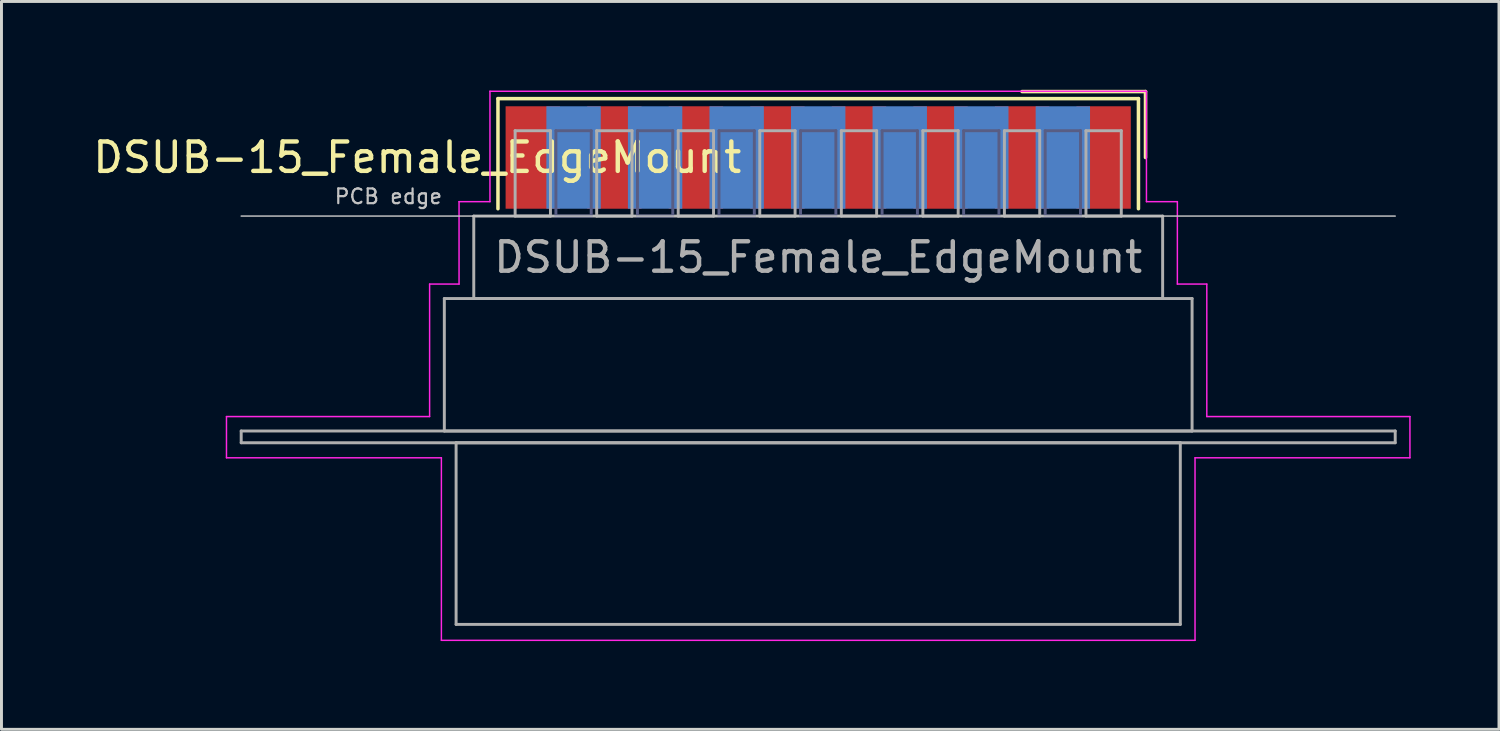
<source format=kicad_pcb>
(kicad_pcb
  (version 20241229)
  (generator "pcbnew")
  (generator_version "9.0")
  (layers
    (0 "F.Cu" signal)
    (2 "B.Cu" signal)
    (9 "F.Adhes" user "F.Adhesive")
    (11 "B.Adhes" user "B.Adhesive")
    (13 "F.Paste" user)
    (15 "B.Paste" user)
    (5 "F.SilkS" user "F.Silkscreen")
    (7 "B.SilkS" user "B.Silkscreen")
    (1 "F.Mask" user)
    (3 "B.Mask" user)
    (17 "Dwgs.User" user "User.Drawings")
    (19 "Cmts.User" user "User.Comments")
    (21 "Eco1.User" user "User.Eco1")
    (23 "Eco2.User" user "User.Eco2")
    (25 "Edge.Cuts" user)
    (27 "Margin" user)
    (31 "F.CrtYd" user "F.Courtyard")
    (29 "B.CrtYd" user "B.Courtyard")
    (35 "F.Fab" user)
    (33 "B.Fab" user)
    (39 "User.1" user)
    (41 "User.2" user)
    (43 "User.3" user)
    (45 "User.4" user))
  (footprint "DSUB-15_Female_EdgeMount"
    (layer "F.Cu")
    (at 24.743 2.3)
    (property "Reference" "DSUB-15_Female_EdgeMount" (at -13.618 0 0) (layer "F.SilkS") (effects (font (size 1 1) (thickness 0.15))))
    (attr smd)
    (fp_line (start -10.878 -2) (end -10.878 1.74) (stroke (width 0.12) (type solid)) (layer "F.SilkS"))
    (fp_line (start 10.878 -2) (end -10.878 -2) (stroke (width 0.12) (type solid)) (layer "F.SilkS"))
    (fp_line (start 10.878 1.74) (end 10.878 -2) (stroke (width 0.12) (type solid)) (layer "F.SilkS"))
    (fp_line (start 11.118 -2.24) (end 6.925 -2.24) (stroke (width 0.12) (type solid)) (layer "F.SilkS"))
    (fp_line (start 11.118 0) (end 11.118 -2.24) (stroke (width 0.12) (type solid)) (layer "F.SilkS"))
    (fp_line (start -19.6 1.99) (end 19.6 1.99) (stroke (width 0.05) (type solid)) (layer "Dwgs.User"))
    (fp_line (start -20.1 8.8) (end -13.2 8.8) (stroke (width 0.05) (type solid)) (layer "F.CrtYd"))
    (fp_line (start -20.1 10.2) (end -20.1 8.8) (stroke (width 0.05) (type solid)) (layer "F.CrtYd"))
    (fp_line (start -13.2 4.3) (end -12.2 4.3) (stroke (width 0.05) (type solid)) (layer "F.CrtYd"))
    (fp_line (start -13.2 8.8) (end -13.2 4.3) (stroke (width 0.05) (type solid)) (layer "F.CrtYd"))
    (fp_line (start -12.8 10.2) (end -20.1 10.2) (stroke (width 0.05) (type solid)) (layer "F.CrtYd"))
    (fp_line (start -12.8 16.4) (end -12.8 10.2) (stroke (width 0.05) (type solid)) (layer "F.CrtYd"))
    (fp_line (start -12.2 1.5) (end -11.15 1.5) (stroke (width 0.05) (type solid)) (layer "F.CrtYd"))
    (fp_line (start -12.2 4.3) (end -12.2 1.5) (stroke (width 0.05) (type solid)) (layer "F.CrtYd"))
    (fp_line (start -11.15 -2.25) (end 11.15 -2.25) (stroke (width 0.05) (type solid)) (layer "F.CrtYd"))
    (fp_line (start -11.15 1.5) (end -11.15 -2.25) (stroke (width 0.05) (type solid)) (layer "F.CrtYd"))
    (fp_line (start 11.15 -2.25) (end 11.15 1.5) (stroke (width 0.05) (type solid)) (layer "F.CrtYd"))
    (fp_line (start 11.15 1.5) (end 12.2 1.5) (stroke (width 0.05) (type solid)) (layer "F.CrtYd"))
    (fp_line (start 12.2 1.5) (end 12.2 4.3) (stroke (width 0.05) (type solid)) (layer "F.CrtYd"))
    (fp_line (start 12.2 4.3) (end 13.2 4.3) (stroke (width 0.05) (type solid)) (layer "F.CrtYd"))
    (fp_line (start 12.8 10.2) (end 12.8 16.4) (stroke (width 0.05) (type solid)) (layer "F.CrtYd"))
    (fp_line (start 12.8 16.4) (end -12.8 16.4) (stroke (width 0.05) (type solid)) (layer "F.CrtYd"))
    (fp_line (start 13.2 4.3) (end 13.2 8.8) (stroke (width 0.05) (type solid)) (layer "F.CrtYd"))
    (fp_line (start 13.2 8.8) (end 20.1 8.8) (stroke (width 0.05) (type solid)) (layer "F.CrtYd"))
    (fp_line (start 20.1 8.8) (end 20.1 10.2) (stroke (width 0.05) (type solid)) (layer "F.CrtYd"))
    (fp_line (start 20.1 10.2) (end 12.8 10.2) (stroke (width 0.05) (type solid)) (layer "F.CrtYd"))
    (fp_line (start -8.91 -0.91) (end -8.91 1.99) (stroke (width 0.1) (type solid)) (layer "B.Fab"))
    (fp_line (start -8.91 1.99) (end -7.71 1.99) (stroke (width 0.1) (type solid)) (layer "B.Fab"))
    (fp_line (start -7.71 -0.91) (end -8.91 -0.91) (stroke (width 0.1) (type solid)) (layer "B.Fab"))
    (fp_line (start -7.71 1.99) (end -7.71 -0.91) (stroke (width 0.1) (type solid)) (layer "B.Fab"))
    (fp_line (start -6.14 -0.91) (end -6.14 1.99) (stroke (width 0.1) (type solid)) (layer "B.Fab"))
    (fp_line (start -6.14 1.99) (end -4.94 1.99) (stroke (width 0.1) (type solid)) (layer "B.Fab"))
    (fp_line (start -4.94 -0.91) (end -6.14 -0.91) (stroke (width 0.1) (type solid)) (layer "B.Fab"))
    (fp_line (start -4.94 1.99) (end -4.94 -0.91) (stroke (width 0.1) (type solid)) (layer "B.Fab"))
    (fp_line (start -3.37 -0.91) (end -3.37 1.99) (stroke (width 0.1) (type solid)) (layer "B.Fab"))
    (fp_line (start -3.37 1.99) (end -2.17 1.99) (stroke (width 0.1) (type solid)) (layer "B.Fab"))
    (fp_line (start -2.17 -0.91) (end -3.37 -0.91) (stroke (width 0.1) (type solid)) (layer "B.Fab"))
    (fp_line (start -2.17 1.99) (end -2.17 -0.91) (stroke (width 0.1) (type solid)) (layer "B.Fab"))
    (fp_line (start -0.6 -0.91) (end -0.6 1.99) (stroke (width 0.1) (type solid)) (layer "B.Fab"))
    (fp_line (start -0.6 1.99) (end 0.6 1.99) (stroke (width 0.1) (type solid)) (layer "B.Fab"))
    (fp_line (start 0.6 -0.91) (end -0.6 -0.91) (stroke (width 0.1) (type solid)) (layer "B.Fab"))
    (fp_line (start 0.6 1.99) (end 0.6 -0.91) (stroke (width 0.1) (type solid)) (layer "B.Fab"))
    (fp_line (start 2.17 -0.91) (end 2.17 1.99) (stroke (width 0.1) (type solid)) (layer "B.Fab"))
    (fp_line (start 2.17 1.99) (end 3.37 1.99) (stroke (width 0.1) (type solid)) (layer "B.Fab"))
    (fp_line (start 3.37 -0.91) (end 2.17 -0.91) (stroke (width 0.1) (type solid)) (layer "B.Fab"))
    (fp_line (start 3.37 1.99) (end 3.37 -0.91) (stroke (width 0.1) (type solid)) (layer "B.Fab"))
    (fp_line (start 4.94 -0.91) (end 4.94 1.99) (stroke (width 0.1) (type solid)) (layer "B.Fab"))
    (fp_line (start 4.94 1.99) (end 6.14 1.99) (stroke (width 0.1) (type solid)) (layer "B.Fab"))
    (fp_line (start 6.14 -0.91) (end 4.94 -0.91) (stroke (width 0.1) (type solid)) (layer "B.Fab"))
    (fp_line (start 6.14 1.99) (end 6.14 -0.91) (stroke (width 0.1) (type solid)) (layer "B.Fab"))
    (fp_line (start 7.71 -0.91) (end 7.71 1.99) (stroke (width 0.1) (type solid)) (layer "B.Fab"))
    (fp_line (start 7.71 1.99) (end 8.91 1.99) (stroke (width 0.1) (type solid)) (layer "B.Fab"))
    (fp_line (start 8.91 -0.91) (end 7.71 -0.91) (stroke (width 0.1) (type solid)) (layer "B.Fab"))
    (fp_line (start 8.91 1.99) (end 8.91 -0.91) (stroke (width 0.1) (type solid)) (layer "B.Fab"))
    (fp_line (start -19.6 9.29) (end -19.6 9.69) (stroke (width 0.1) (type solid)) (layer "F.Fab"))
    (fp_line (start -19.6 9.69) (end 19.6 9.69) (stroke (width 0.1) (type solid)) (layer "F.Fab"))
    (fp_line (start -12.7 4.79) (end -12.7 9.29) (stroke (width 0.1) (type solid)) (layer "F.Fab"))
    (fp_line (start -12.7 9.29) (end 12.7 9.29) (stroke (width 0.1) (type solid)) (layer "F.Fab"))
    (fp_line (start -12.3 9.69) (end -12.3 15.86) (stroke (width 0.1) (type solid)) (layer "F.Fab"))
    (fp_line (start -12.3 15.86) (end 12.3 15.86) (stroke (width 0.1) (type solid)) (layer "F.Fab"))
    (fp_line (start -11.7 1.99) (end -11.7 4.79) (stroke (width 0.1) (type solid)) (layer "F.Fab"))
    (fp_line (start -11.7 4.79) (end 11.7 4.79) (stroke (width 0.1) (type solid)) (layer "F.Fab"))
    (fp_line (start -10.295 -0.91) (end -10.295 1.99) (stroke (width 0.1) (type solid)) (layer "F.Fab"))
    (fp_line (start -10.295 1.99) (end -9.095 1.99) (stroke (width 0.1) (type solid)) (layer "F.Fab"))
    (fp_line (start -9.095 -0.91) (end -10.295 -0.91) (stroke (width 0.1) (type solid)) (layer "F.Fab"))
    (fp_line (start -9.095 1.99) (end -9.095 -0.91) (stroke (width 0.1) (type solid)) (layer "F.Fab"))
    (fp_line (start -7.525 -0.91) (end -7.525 1.99) (stroke (width 0.1) (type solid)) (layer "F.Fab"))
    (fp_line (start -7.525 1.99) (end -6.325 1.99) (stroke (width 0.1) (type solid)) (layer "F.Fab"))
    (fp_line (start -6.325 -0.91) (end -7.525 -0.91) (stroke (width 0.1) (type solid)) (layer "F.Fab"))
    (fp_line (start -6.325 1.99) (end -6.325 -0.91) (stroke (width 0.1) (type solid)) (layer "F.Fab"))
    (fp_line (start -4.755 -0.91) (end -4.755 1.99) (stroke (width 0.1) (type solid)) (layer "F.Fab"))
    (fp_line (start -4.755 1.99) (end -3.555 1.99) (stroke (width 0.1) (type solid)) (layer "F.Fab"))
    (fp_line (start -3.555 -0.91) (end -4.755 -0.91) (stroke (width 0.1) (type solid)) (layer "F.Fab"))
    (fp_line (start -3.555 1.99) (end -3.555 -0.91) (stroke (width 0.1) (type solid)) (layer "F.Fab"))
    (fp_line (start -1.985 -0.91) (end -1.985 1.99) (stroke (width 0.1) (type solid)) (layer "F.Fab"))
    (fp_line (start -1.985 1.99) (end -0.785 1.99) (stroke (width 0.1) (type solid)) (layer "F.Fab"))
    (fp_line (start -0.785 -0.91) (end -1.985 -0.91) (stroke (width 0.1) (type solid)) (layer "F.Fab"))
    (fp_line (start -0.785 1.99) (end -0.785 -0.91) (stroke (width 0.1) (type solid)) (layer "F.Fab"))
    (fp_line (start 0.785 -0.91) (end 0.785 1.99) (stroke (width 0.1) (type solid)) (layer "F.Fab"))
    (fp_line (start 0.785 1.99) (end 1.985 1.99) (stroke (width 0.1) (type solid)) (layer "F.Fab"))
    (fp_line (start 1.985 -0.91) (end 0.785 -0.91) (stroke (width 0.1) (type solid)) (layer "F.Fab"))
    (fp_line (start 1.985 1.99) (end 1.985 -0.91) (stroke (width 0.1) (type solid)) (layer "F.Fab"))
    (fp_line (start 3.555 -0.91) (end 3.555 1.99) (stroke (width 0.1) (type solid)) (layer "F.Fab"))
    (fp_line (start 3.555 1.99) (end 4.755 1.99) (stroke (width 0.1) (type solid)) (layer "F.Fab"))
    (fp_line (start 4.755 -0.91) (end 3.555 -0.91) (stroke (width 0.1) (type solid)) (layer "F.Fab"))
    (fp_line (start 4.755 1.99) (end 4.755 -0.91) (stroke (width 0.1) (type solid)) (layer "F.Fab"))
    (fp_line (start 6.325 -0.91) (end 6.325 1.99) (stroke (width 0.1) (type solid)) (layer "F.Fab"))
    (fp_line (start 6.325 1.99) (end 7.525 1.99) (stroke (width 0.1) (type solid)) (layer "F.Fab"))
    (fp_line (start 7.525 -0.91) (end 6.325 -0.91) (stroke (width 0.1) (type solid)) (layer "F.Fab"))
    (fp_line (start 7.525 1.99) (end 7.525 -0.91) (stroke (width 0.1) (type solid)) (layer "F.Fab"))
    (fp_line (start 9.095 -0.91) (end 9.095 1.99) (stroke (width 0.1) (type solid)) (layer "F.Fab"))
    (fp_line (start 9.095 1.99) (end 10.295 1.99) (stroke (width 0.1) (type solid)) (layer "F.Fab"))
    (fp_line (start 10.295 -0.91) (end 9.095 -0.91) (stroke (width 0.1) (type solid)) (layer "F.Fab"))
    (fp_line (start 10.295 1.99) (end 10.295 -0.91) (stroke (width 0.1) (type solid)) (layer "F.Fab"))
    (fp_line (start 11.7 1.99) (end -11.7 1.99) (stroke (width 0.1) (type solid)) (layer "F.Fab"))
    (fp_line (start 11.7 4.79) (end 11.7 1.99) (stroke (width 0.1) (type solid)) (layer "F.Fab"))
    (fp_line (start 12.3 9.69) (end -12.3 9.69) (stroke (width 0.1) (type solid)) (layer "F.Fab"))
    (fp_line (start 12.3 15.86) (end 12.3 9.69) (stroke (width 0.1) (type solid)) (layer "F.Fab"))
    (fp_line (start 12.7 4.79) (end -12.7 4.79) (stroke (width 0.1) (type solid)) (layer "F.Fab"))
    (fp_line (start 12.7 9.29) (end 12.7 4.79) (stroke (width 0.1) (type solid)) (layer "F.Fab"))
    (fp_line (start 19.6 9.29) (end -19.6 9.29) (stroke (width 0.1) (type solid)) (layer "F.Fab"))
    (fp_line (start 19.6 9.69) (end 19.6 9.29) (stroke (width 0.1) (type solid)) (layer "F.Fab"))
    (fp_text user "PCB edge" (at -14.6 1.323 0) (layer "Dwgs.User") (effects (font (size 0.5 0.5) (thickness 0.075))))
    (fp_text user "${REFERENCE}" (at 0 3.39 0) (layer "F.Fab") (effects (font (size 1 1) (thickness 0.15))))
    (pad "1" smd rect (at 9.695 0) (size 1.847 3.48) (layers "F.Cu" "F.Mask" "F.Paste"))
    (pad "2" smd rect (at 6.925 0) (size 1.847 3.48) (layers "F.Cu" "F.Mask" "F.Paste"))
    (pad "3" smd rect (at 4.155 0) (size 1.847 3.48) (layers "F.Cu" "F.Mask" "F.Paste"))
    (pad "4" smd rect (at 1.385 0) (size 1.847 3.48) (layers "F.Cu" "F.Mask" "F.Paste"))
    (pad "5" smd rect (at -1.385 0) (size 1.847 3.48) (layers "F.Cu" "F.Mask" "F.Paste"))
    (pad "6" smd rect (at -4.155 0) (size 1.847 3.48) (layers "F.Cu" "F.Mask" "F.Paste"))
    (pad "7" smd rect (at -6.925 0) (size 1.847 3.48) (layers "F.Cu" "F.Mask" "F.Paste"))
    (pad "8" smd rect (at -9.695 0) (size 1.847 3.48) (layers "F.Cu" "F.Mask" "F.Paste"))
    (pad "9" smd rect (at 8.31 0) (size 1.847 3.48) (layers "B.Cu" "B.Mask" "B.Paste"))
    (pad "10" smd rect (at 5.54 0) (size 1.847 3.48) (layers "B.Cu" "B.Mask" "B.Paste"))
    (pad "11" smd rect (at 2.77 0) (size 1.847 3.48) (layers "B.Cu" "B.Mask" "B.Paste"))
    (pad "12" smd rect (at 0 0) (size 1.847 3.48) (layers "B.Cu" "B.Mask" "B.Paste"))
    (pad "13" smd rect (at -2.77 0) (size 1.847 3.48) (layers "B.Cu" "B.Mask" "B.Paste"))
    (pad "14" smd rect (at -5.54 0) (size 1.847 3.48) (layers "B.Cu" "B.Mask" "B.Paste"))
    (pad "15" smd rect (at -8.31 0) (size 1.847 3.48) (layers "B.Cu" "B.Mask" "B.Paste")))
  (gr_rect
    (start -3 -3)
    (end 47.868 21.725)
    (stroke (width 0.1) (type default))
    (fill no)
    (layer "Edge.Cuts")))
</source>
